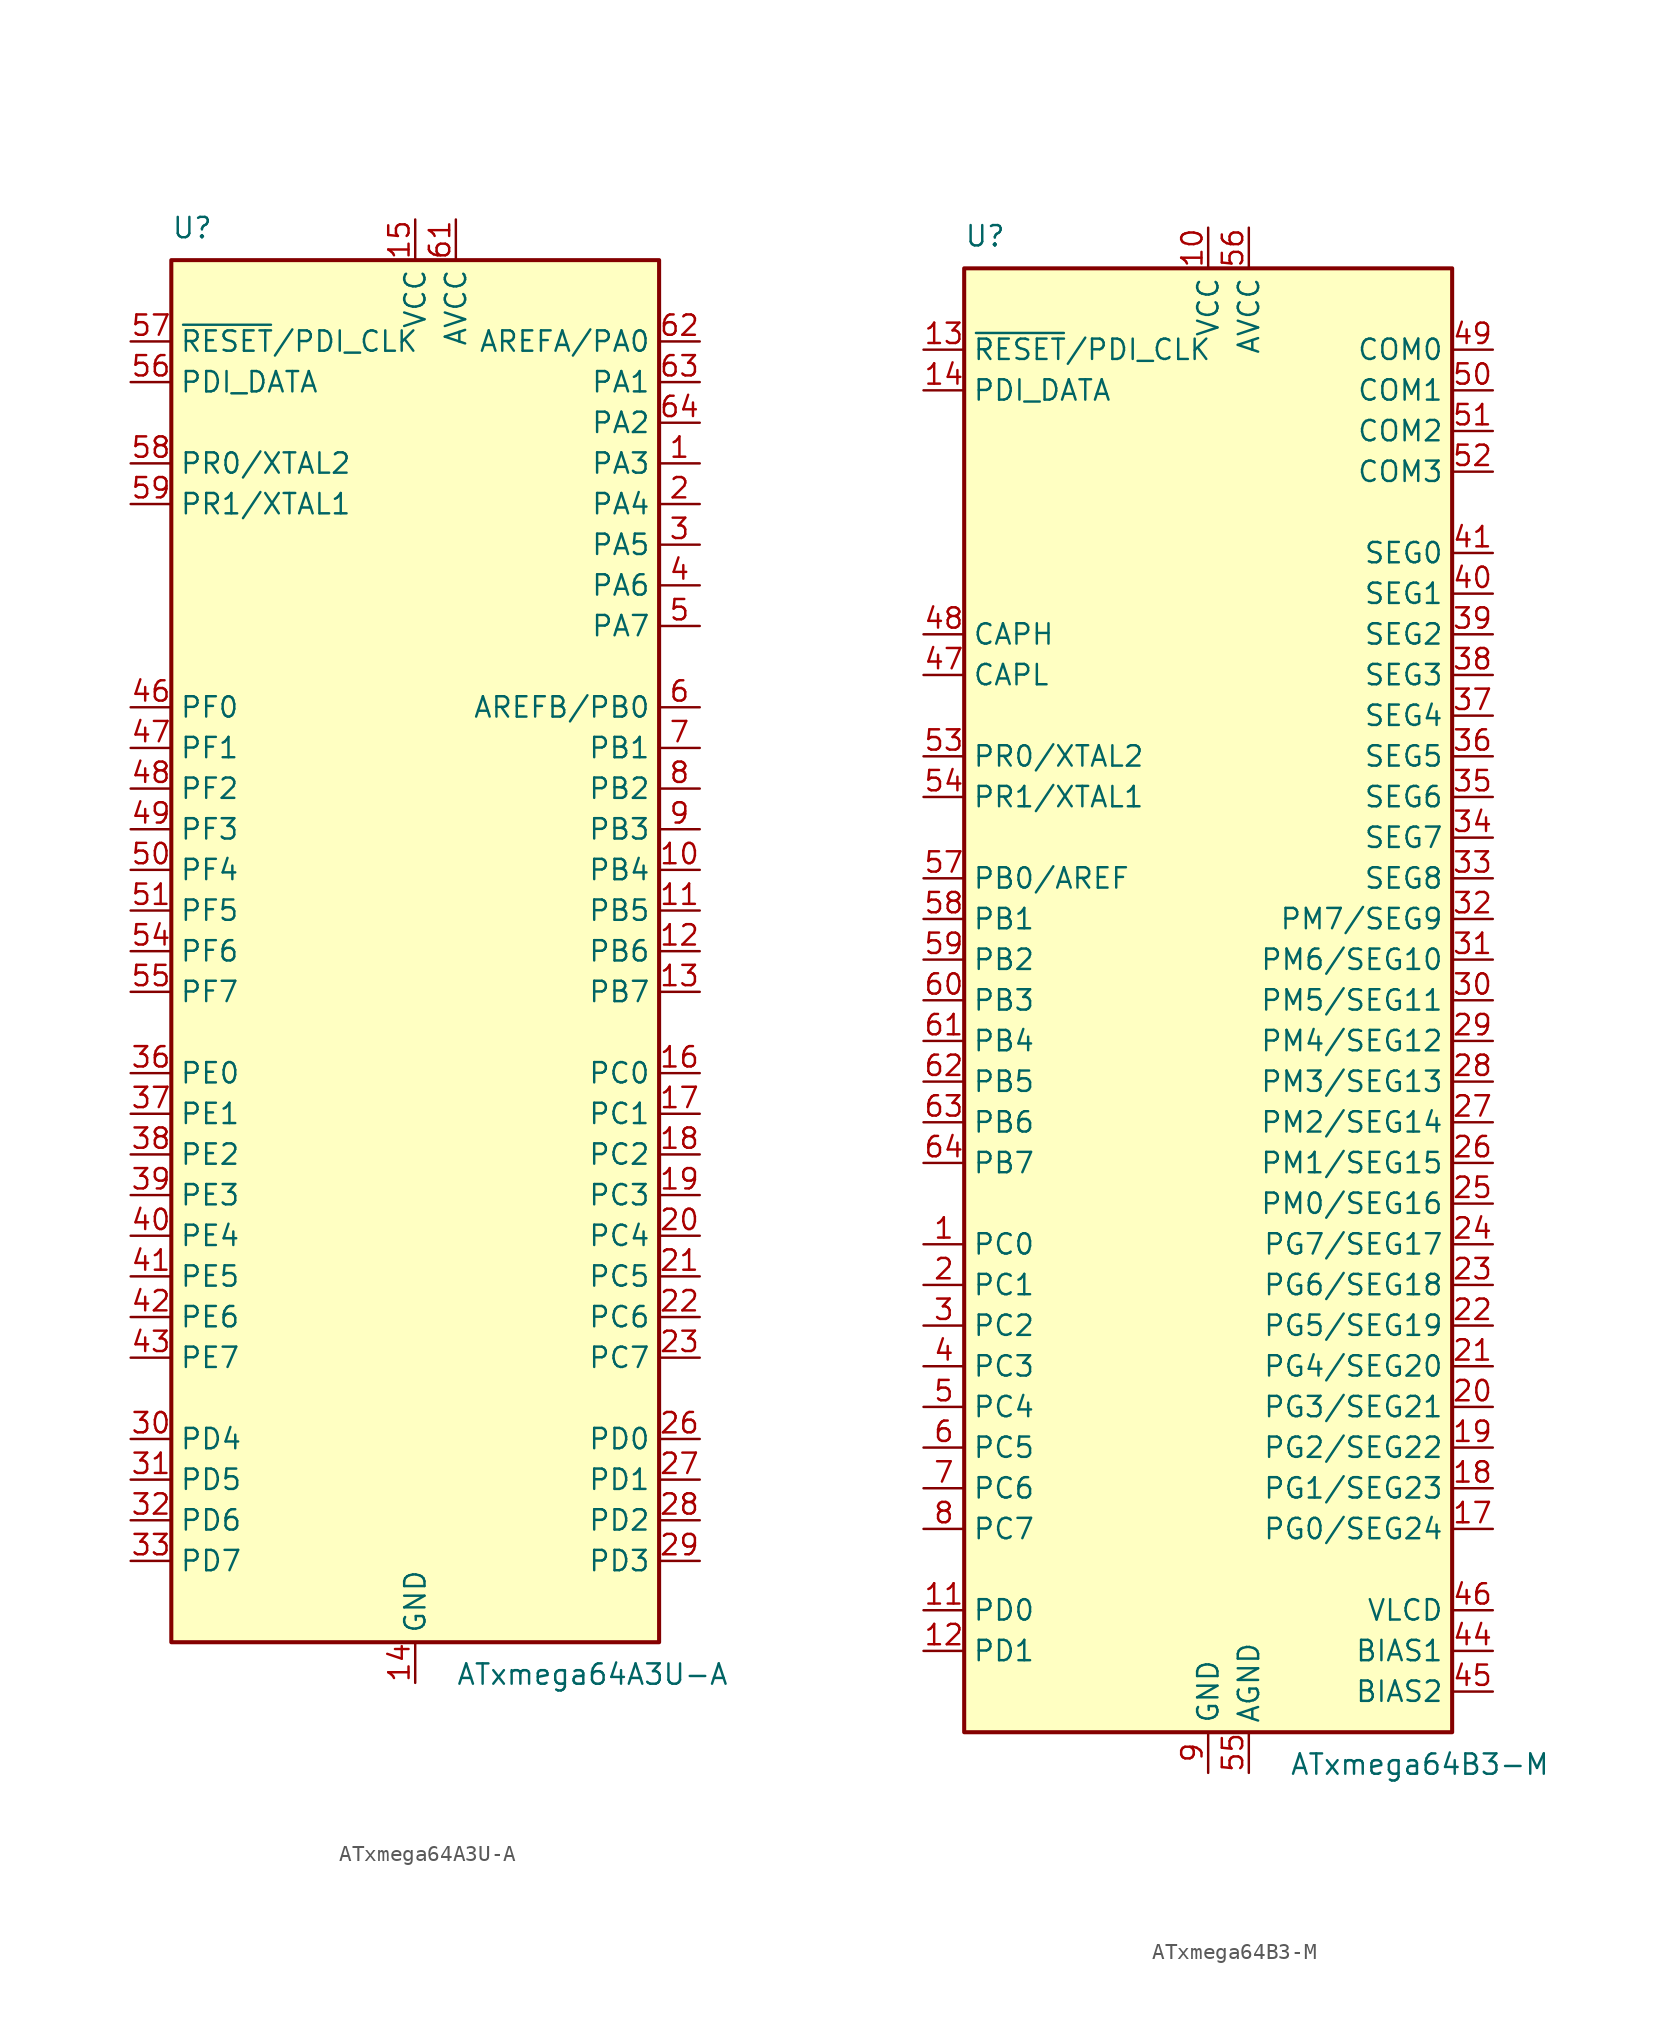
<source format=kicad_sym>
(kicad_symbol_lib
  (version 20241209)
  (generator "kicad_symbol_editor")
  (generator_version "9.0")
  (symbol "ATxmega64A3U-A"
    (property "Reference" "U"
      (at -15.24 44.45 0)
      (effects (font (size 1.27 1.27)) (justify left bottom)))
    (property "Value" "ATxmega64A3U-A"
      (at 2.54 -44.45 0)
      (effects (font (size 1.27 1.27)) (justify left top)))
    (symbol "ATxmega64A3U-A_0_1"
      (rectangle (start -15.24 -43.18) (end 15.24 43.18) (stroke (width 0.254) (type default)) (fill (type background))))
    (symbol "ATxmega64A3U-A_1_1"
      (pin input line (at -17.78 38.1 0) (length 2.54) (name "~{RESET}/PDI_CLK" (effects (font (size 1.27 1.27)))) (number "57" (effects (font (size 1.27 1.27)))))
      (pin bidirectional line (at -17.78 35.56 0) (length 2.54) (name "PDI_DATA" (effects (font (size 1.27 1.27)))) (number "56" (effects (font (size 1.27 1.27)))))
      (pin bidirectional line (at -17.78 30.48 0) (length 2.54) (name "PR0/XTAL2" (effects (font (size 1.27 1.27)))) (number "58" (effects (font (size 1.27 1.27)))))
      (pin bidirectional line (at -17.78 27.94 0) (length 2.54) (name "PR1/XTAL1" (effects (font (size 1.27 1.27)))) (number "59" (effects (font (size 1.27 1.27)))))
      (pin bidirectional line (at -17.78 15.24 0) (length 2.54) (name "PF0" (effects (font (size 1.27 1.27)))) (number "46" (effects (font (size 1.27 1.27)))))
      (pin bidirectional line (at -17.78 12.7 0) (length 2.54) (name "PF1" (effects (font (size 1.27 1.27)))) (number "47" (effects (font (size 1.27 1.27)))))
      (pin bidirectional line (at -17.78 10.16 0) (length 2.54) (name "PF2" (effects (font (size 1.27 1.27)))) (number "48" (effects (font (size 1.27 1.27)))))
      (pin bidirectional line (at -17.78 7.62 0) (length 2.54) (name "PF3" (effects (font (size 1.27 1.27)))) (number "49" (effects (font (size 1.27 1.27)))))
      (pin bidirectional line (at -17.78 5.08 0) (length 2.54) (name "PF4" (effects (font (size 1.27 1.27)))) (number "50" (effects (font (size 1.27 1.27)))))
      (pin bidirectional line (at -17.78 2.54 0) (length 2.54) (name "PF5" (effects (font (size 1.27 1.27)))) (number "51" (effects (font (size 1.27 1.27)))))
      (pin bidirectional line (at -17.78 0 0) (length 2.54) (name "PF6" (effects (font (size 1.27 1.27)))) (number "54" (effects (font (size 1.27 1.27)))))
      (pin bidirectional line (at -17.78 -2.54 0) (length 2.54) (name "PF7" (effects (font (size 1.27 1.27)))) (number "55" (effects (font (size 1.27 1.27)))))
      (pin bidirectional line (at -17.78 -7.62 0) (length 2.54) (name "PE0" (effects (font (size 1.27 1.27)))) (number "36" (effects (font (size 1.27 1.27)))))
      (pin bidirectional line (at -17.78 -10.16 0) (length 2.54) (name "PE1" (effects (font (size 1.27 1.27)))) (number "37" (effects (font (size 1.27 1.27)))))
      (pin bidirectional line (at -17.78 -12.7 0) (length 2.54) (name "PE2" (effects (font (size 1.27 1.27)))) (number "38" (effects (font (size 1.27 1.27)))))
      (pin bidirectional line (at -17.78 -15.24 0) (length 2.54) (name "PE3" (effects (font (size 1.27 1.27)))) (number "39" (effects (font (size 1.27 1.27)))))
      (pin bidirectional line (at -17.78 -17.78 0) (length 2.54) (name "PE4" (effects (font (size 1.27 1.27)))) (number "40" (effects (font (size 1.27 1.27)))))
      (pin bidirectional line (at -17.78 -20.32 0) (length 2.54) (name "PE5" (effects (font (size 1.27 1.27)))) (number "41" (effects (font (size 1.27 1.27)))))
      (pin bidirectional line (at -17.78 -22.86 0) (length 2.54) (name "PE6" (effects (font (size 1.27 1.27)))) (number "42" (effects (font (size 1.27 1.27)))))
      (pin bidirectional line (at -17.78 -25.4 0) (length 2.54) (name "PE7" (effects (font (size 1.27 1.27)))) (number "43" (effects (font (size 1.27 1.27)))))
      (pin bidirectional line (at -17.78 -30.48 0) (length 2.54) (name "PD4" (effects (font (size 1.27 1.27)))) (number "30" (effects (font (size 1.27 1.27)))))
      (pin bidirectional line (at -17.78 -33.02 0) (length 2.54) (name "PD5" (effects (font (size 1.27 1.27)))) (number "31" (effects (font (size 1.27 1.27)))))
      (pin bidirectional line (at -17.78 -35.56 0) (length 2.54) (name "PD6" (effects (font (size 1.27 1.27)))) (number "32" (effects (font (size 1.27 1.27)))))
      (pin bidirectional line (at -17.78 -38.1 0) (length 2.54) (name "PD7" (effects (font (size 1.27 1.27)))) (number "33" (effects (font (size 1.27 1.27)))))
      (pin power_in line (at 0 45.72 270) (length 2.54) (name "VCC" (effects (font (size 1.27 1.27)))) (number "15" (effects (font (size 1.27 1.27)))))
      (pin passive line (at 0 45.72 270) (length 2.54) (hide yes) (name "VCC" (effects (font (size 1.27 1.27)))) (number "25" (effects (font (size 1.27 1.27)))))
      (pin passive line (at 0 45.72 270) (length 2.54) (hide yes) (name "VCC" (effects (font (size 1.27 1.27)))) (number "35" (effects (font (size 1.27 1.27)))))
      (pin passive line (at 0 45.72 270) (length 2.54) (hide yes) (name "VCC" (effects (font (size 1.27 1.27)))) (number "45" (effects (font (size 1.27 1.27)))))
      (pin passive line (at 0 45.72 270) (length 2.54) (hide yes) (name "VCC" (effects (font (size 1.27 1.27)))) (number "53" (effects (font (size 1.27 1.27)))))
      (pin power_in line (at 0 -45.72 90) (length 2.54) (name "GND" (effects (font (size 1.27 1.27)))) (number "14" (effects (font (size 1.27 1.27)))))
      (pin passive line (at 0 -45.72 90) (length 2.54) (hide yes) (name "GND" (effects (font (size 1.27 1.27)))) (number "24" (effects (font (size 1.27 1.27)))))
      (pin passive line (at 0 -45.72 90) (length 2.54) (hide yes) (name "GND" (effects (font (size 1.27 1.27)))) (number "34" (effects (font (size 1.27 1.27)))))
      (pin passive line (at 0 -45.72 90) (length 2.54) (hide yes) (name "GND" (effects (font (size 1.27 1.27)))) (number "44" (effects (font (size 1.27 1.27)))))
      (pin passive line (at 0 -45.72 90) (length 2.54) (hide yes) (name "GND" (effects (font (size 1.27 1.27)))) (number "52" (effects (font (size 1.27 1.27)))))
      (pin passive line (at 0 -45.72 90) (length 2.54) (hide yes) (name "GND" (effects (font (size 1.27 1.27)))) (number "60" (effects (font (size 1.27 1.27)))))
      (pin power_in line (at 2.54 45.72 270) (length 2.54) (name "AVCC" (effects (font (size 1.27 1.27)))) (number "61" (effects (font (size 1.27 1.27)))))
      (pin bidirectional line (at 17.78 38.1 180) (length 2.54) (name "AREFA/PA0" (effects (font (size 1.27 1.27)))) (number "62" (effects (font (size 1.27 1.27)))))
      (pin bidirectional line (at 17.78 35.56 180) (length 2.54) (name "PA1" (effects (font (size 1.27 1.27)))) (number "63" (effects (font (size 1.27 1.27)))))
      (pin bidirectional line (at 17.78 33.02 180) (length 2.54) (name "PA2" (effects (font (size 1.27 1.27)))) (number "64" (effects (font (size 1.27 1.27)))))
      (pin bidirectional line (at 17.78 30.48 180) (length 2.54) (name "PA3" (effects (font (size 1.27 1.27)))) (number "1" (effects (font (size 1.27 1.27)))))
      (pin bidirectional line (at 17.78 27.94 180) (length 2.54) (name "PA4" (effects (font (size 1.27 1.27)))) (number "2" (effects (font (size 1.27 1.27)))))
      (pin bidirectional line (at 17.78 25.4 180) (length 2.54) (name "PA5" (effects (font (size 1.27 1.27)))) (number "3" (effects (font (size 1.27 1.27)))))
      (pin bidirectional line (at 17.78 22.86 180) (length 2.54) (name "PA6" (effects (font (size 1.27 1.27)))) (number "4" (effects (font (size 1.27 1.27)))))
      (pin bidirectional line (at 17.78 20.32 180) (length 2.54) (name "PA7" (effects (font (size 1.27 1.27)))) (number "5" (effects (font (size 1.27 1.27)))))
      (pin bidirectional line (at 17.78 15.24 180) (length 2.54) (name "AREFB/PB0" (effects (font (size 1.27 1.27)))) (number "6" (effects (font (size 1.27 1.27)))))
      (pin bidirectional line (at 17.78 12.7 180) (length 2.54) (name "PB1" (effects (font (size 1.27 1.27)))) (number "7" (effects (font (size 1.27 1.27)))))
      (pin bidirectional line (at 17.78 10.16 180) (length 2.54) (name "PB2" (effects (font (size 1.27 1.27)))) (number "8" (effects (font (size 1.27 1.27)))))
      (pin bidirectional line (at 17.78 7.62 180) (length 2.54) (name "PB3" (effects (font (size 1.27 1.27)))) (number "9" (effects (font (size 1.27 1.27)))))
      (pin bidirectional line (at 17.78 5.08 180) (length 2.54) (name "PB4" (effects (font (size 1.27 1.27)))) (number "10" (effects (font (size 1.27 1.27)))))
      (pin bidirectional line (at 17.78 2.54 180) (length 2.54) (name "PB5" (effects (font (size 1.27 1.27)))) (number "11" (effects (font (size 1.27 1.27)))))
      (pin bidirectional line (at 17.78 0 180) (length 2.54) (name "PB6" (effects (font (size 1.27 1.27)))) (number "12" (effects (font (size 1.27 1.27)))))
      (pin bidirectional line (at 17.78 -2.54 180) (length 2.54) (name "PB7" (effects (font (size 1.27 1.27)))) (number "13" (effects (font (size 1.27 1.27)))))
      (pin bidirectional line (at 17.78 -7.62 180) (length 2.54) (name "PC0" (effects (font (size 1.27 1.27)))) (number "16" (effects (font (size 1.27 1.27)))))
      (pin bidirectional line (at 17.78 -10.16 180) (length 2.54) (name "PC1" (effects (font (size 1.27 1.27)))) (number "17" (effects (font (size 1.27 1.27)))))
      (pin bidirectional line (at 17.78 -12.7 180) (length 2.54) (name "PC2" (effects (font (size 1.27 1.27)))) (number "18" (effects (font (size 1.27 1.27)))))
      (pin bidirectional line (at 17.78 -15.24 180) (length 2.54) (name "PC3" (effects (font (size 1.27 1.27)))) (number "19" (effects (font (size 1.27 1.27)))))
      (pin bidirectional line (at 17.78 -17.78 180) (length 2.54) (name "PC4" (effects (font (size 1.27 1.27)))) (number "20" (effects (font (size 1.27 1.27)))))
      (pin bidirectional line (at 17.78 -20.32 180) (length 2.54) (name "PC5" (effects (font (size 1.27 1.27)))) (number "21" (effects (font (size 1.27 1.27)))))
      (pin bidirectional line (at 17.78 -22.86 180) (length 2.54) (name "PC6" (effects (font (size 1.27 1.27)))) (number "22" (effects (font (size 1.27 1.27)))))
      (pin bidirectional line (at 17.78 -25.4 180) (length 2.54) (name "PC7" (effects (font (size 1.27 1.27)))) (number "23" (effects (font (size 1.27 1.27)))))
      (pin bidirectional line (at 17.78 -30.48 180) (length 2.54) (name "PD0" (effects (font (size 1.27 1.27)))) (number "26" (effects (font (size 1.27 1.27)))))
      (pin bidirectional line (at 17.78 -33.02 180) (length 2.54) (name "PD1" (effects (font (size 1.27 1.27)))) (number "27" (effects (font (size 1.27 1.27)))))
      (pin bidirectional line (at 17.78 -35.56 180) (length 2.54) (name "PD2" (effects (font (size 1.27 1.27)))) (number "28" (effects (font (size 1.27 1.27)))))
      (pin bidirectional line (at 17.78 -38.1 180) (length 2.54) (name "PD3" (effects (font (size 1.27 1.27)))) (number "29" (effects (font (size 1.27 1.27)))))))
  (symbol "ATxmega64B3-M"
    (property "Reference" "U"
      (at -15.24 46.99 0)
      (effects (font (size 1.27 1.27)) (justify left bottom)))
    (property "Value" "ATxmega64B3-M"
      (at 5.08 -46.99 0)
      (effects (font (size 1.27 1.27)) (justify left top)))
    (symbol "ATxmega64B3-M_0_1"
      (rectangle (start -15.24 -45.72) (end 15.24 45.72) (stroke (width 0.254) (type default)) (fill (type background))))
    (symbol "ATxmega64B3-M_1_1"
      (pin input line (at -17.78 40.64 0) (length 2.54) (name "~{RESET}/PDI_CLK" (effects (font (size 1.27 1.27)))) (number "13" (effects (font (size 1.27 1.27)))))
      (pin bidirectional line (at -17.78 38.1 0) (length 2.54) (name "PDI_DATA" (effects (font (size 1.27 1.27)))) (number "14" (effects (font (size 1.27 1.27)))))
      (pin passive line (at -17.78 22.86 0) (length 2.54) (name "CAPH" (effects (font (size 1.27 1.27)))) (number "48" (effects (font (size 1.27 1.27)))))
      (pin passive line (at -17.78 20.32 0) (length 2.54) (name "CAPL" (effects (font (size 1.27 1.27)))) (number "47" (effects (font (size 1.27 1.27)))))
      (pin bidirectional line (at -17.78 15.24 0) (length 2.54) (name "PR0/XTAL2" (effects (font (size 1.27 1.27)))) (number "53" (effects (font (size 1.27 1.27)))))
      (pin bidirectional line (at -17.78 12.7 0) (length 2.54) (name "PR1/XTAL1" (effects (font (size 1.27 1.27)))) (number "54" (effects (font (size 1.27 1.27)))))
      (pin bidirectional line (at -17.78 7.62 0) (length 2.54) (name "PB0/AREF" (effects (font (size 1.27 1.27)))) (number "57" (effects (font (size 1.27 1.27)))))
      (pin bidirectional line (at -17.78 5.08 0) (length 2.54) (name "PB1" (effects (font (size 1.27 1.27)))) (number "58" (effects (font (size 1.27 1.27)))))
      (pin bidirectional line (at -17.78 2.54 0) (length 2.54) (name "PB2" (effects (font (size 1.27 1.27)))) (number "59" (effects (font (size 1.27 1.27)))))
      (pin bidirectional line (at -17.78 0 0) (length 2.54) (name "PB3" (effects (font (size 1.27 1.27)))) (number "60" (effects (font (size 1.27 1.27)))))
      (pin bidirectional line (at -17.78 -2.54 0) (length 2.54) (name "PB4" (effects (font (size 1.27 1.27)))) (number "61" (effects (font (size 1.27 1.27)))))
      (pin bidirectional line (at -17.78 -5.08 0) (length 2.54) (name "PB5" (effects (font (size 1.27 1.27)))) (number "62" (effects (font (size 1.27 1.27)))))
      (pin bidirectional line (at -17.78 -7.62 0) (length 2.54) (name "PB6" (effects (font (size 1.27 1.27)))) (number "63" (effects (font (size 1.27 1.27)))))
      (pin bidirectional line (at -17.78 -10.16 0) (length 2.54) (name "PB7" (effects (font (size 1.27 1.27)))) (number "64" (effects (font (size 1.27 1.27)))))
      (pin bidirectional line (at -17.78 -15.24 0) (length 2.54) (name "PC0" (effects (font (size 1.27 1.27)))) (number "1" (effects (font (size 1.27 1.27)))))
      (pin bidirectional line (at -17.78 -17.78 0) (length 2.54) (name "PC1" (effects (font (size 1.27 1.27)))) (number "2" (effects (font (size 1.27 1.27)))))
      (pin bidirectional line (at -17.78 -20.32 0) (length 2.54) (name "PC2" (effects (font (size 1.27 1.27)))) (number "3" (effects (font (size 1.27 1.27)))))
      (pin bidirectional line (at -17.78 -22.86 0) (length 2.54) (name "PC3" (effects (font (size 1.27 1.27)))) (number "4" (effects (font (size 1.27 1.27)))))
      (pin bidirectional line (at -17.78 -25.4 0) (length 2.54) (name "PC4" (effects (font (size 1.27 1.27)))) (number "5" (effects (font (size 1.27 1.27)))))
      (pin bidirectional line (at -17.78 -27.94 0) (length 2.54) (name "PC5" (effects (font (size 1.27 1.27)))) (number "6" (effects (font (size 1.27 1.27)))))
      (pin bidirectional line (at -17.78 -30.48 0) (length 2.54) (name "PC6" (effects (font (size 1.27 1.27)))) (number "7" (effects (font (size 1.27 1.27)))))
      (pin bidirectional line (at -17.78 -33.02 0) (length 2.54) (name "PC7" (effects (font (size 1.27 1.27)))) (number "8" (effects (font (size 1.27 1.27)))))
      (pin bidirectional line (at -17.78 -38.1 0) (length 2.54) (name "PD0" (effects (font (size 1.27 1.27)))) (number "11" (effects (font (size 1.27 1.27)))))
      (pin bidirectional line (at -17.78 -40.64 0) (length 2.54) (name "PD1" (effects (font (size 1.27 1.27)))) (number "12" (effects (font (size 1.27 1.27)))))
      (pin power_in line (at 0 48.26 270) (length 2.54) (name "VCC" (effects (font (size 1.27 1.27)))) (number "10" (effects (font (size 1.27 1.27)))))
      (pin passive line (at 0 48.26 270) (length 2.54) (hide yes) (name "VCC" (effects (font (size 1.27 1.27)))) (number "16" (effects (font (size 1.27 1.27)))))
      (pin passive line (at 0 48.26 270) (length 2.54) (hide yes) (name "VCC" (effects (font (size 1.27 1.27)))) (number "43" (effects (font (size 1.27 1.27)))))
      (pin passive line (at 0 -48.26 90) (length 2.54) (hide yes) (name "GND" (effects (font (size 1.27 1.27)))) (number "15" (effects (font (size 1.27 1.27)))))
      (pin passive line (at 0 -48.26 90) (length 2.54) (hide yes) (name "GND" (effects (font (size 1.27 1.27)))) (number "42" (effects (font (size 1.27 1.27)))))
      (pin passive line (at 0 -48.26 90) (length 2.54) (hide yes) (name "GND" (effects (font (size 1.27 1.27)))) (number "65" (effects (font (size 1.27 1.27)))))
      (pin power_in line (at 0 -48.26 90) (length 2.54) (name "GND" (effects (font (size 1.27 1.27)))) (number "9" (effects (font (size 1.27 1.27)))))
      (pin power_in line (at 2.54 48.26 270) (length 2.54) (name "AVCC" (effects (font (size 1.27 1.27)))) (number "56" (effects (font (size 1.27 1.27)))))
      (pin power_in line (at 2.54 -48.26 90) (length 2.54) (name "AGND" (effects (font (size 1.27 1.27)))) (number "55" (effects (font (size 1.27 1.27)))))
      (pin output line (at 17.78 40.64 180) (length 2.54) (name "COM0" (effects (font (size 1.27 1.27)))) (number "49" (effects (font (size 1.27 1.27)))))
      (pin output line (at 17.78 38.1 180) (length 2.54) (name "COM1" (effects (font (size 1.27 1.27)))) (number "50" (effects (font (size 1.27 1.27)))))
      (pin output line (at 17.78 35.56 180) (length 2.54) (name "COM2" (effects (font (size 1.27 1.27)))) (number "51" (effects (font (size 1.27 1.27)))))
      (pin output line (at 17.78 33.02 180) (length 2.54) (name "COM3" (effects (font (size 1.27 1.27)))) (number "52" (effects (font (size 1.27 1.27)))))
      (pin output line (at 17.78 27.94 180) (length 2.54) (name "SEG0" (effects (font (size 1.27 1.27)))) (number "41" (effects (font (size 1.27 1.27)))))
      (pin output line (at 17.78 25.4 180) (length 2.54) (name "SEG1" (effects (font (size 1.27 1.27)))) (number "40" (effects (font (size 1.27 1.27)))))
      (pin output line (at 17.78 22.86 180) (length 2.54) (name "SEG2" (effects (font (size 1.27 1.27)))) (number "39" (effects (font (size 1.27 1.27)))))
      (pin output line (at 17.78 20.32 180) (length 2.54) (name "SEG3" (effects (font (size 1.27 1.27)))) (number "38" (effects (font (size 1.27 1.27)))))
      (pin output line (at 17.78 17.78 180) (length 2.54) (name "SEG4" (effects (font (size 1.27 1.27)))) (number "37" (effects (font (size 1.27 1.27)))))
      (pin output line (at 17.78 15.24 180) (length 2.54) (name "SEG5" (effects (font (size 1.27 1.27)))) (number "36" (effects (font (size 1.27 1.27)))))
      (pin output line (at 17.78 12.7 180) (length 2.54) (name "SEG6" (effects (font (size 1.27 1.27)))) (number "35" (effects (font (size 1.27 1.27)))))
      (pin output line (at 17.78 10.16 180) (length 2.54) (name "SEG7" (effects (font (size 1.27 1.27)))) (number "34" (effects (font (size 1.27 1.27)))))
      (pin output line (at 17.78 7.62 180) (length 2.54) (name "SEG8" (effects (font (size 1.27 1.27)))) (number "33" (effects (font (size 1.27 1.27)))))
      (pin bidirectional line (at 17.78 5.08 180) (length 2.54) (name "PM7/SEG9" (effects (font (size 1.27 1.27)))) (number "32" (effects (font (size 1.27 1.27)))))
      (pin bidirectional line (at 17.78 2.54 180) (length 2.54) (name "PM6/SEG10" (effects (font (size 1.27 1.27)))) (number "31" (effects (font (size 1.27 1.27)))))
      (pin bidirectional line (at 17.78 0 180) (length 2.54) (name "PM5/SEG11" (effects (font (size 1.27 1.27)))) (number "30" (effects (font (size 1.27 1.27)))))
      (pin bidirectional line (at 17.78 -2.54 180) (length 2.54) (name "PM4/SEG12" (effects (font (size 1.27 1.27)))) (number "29" (effects (font (size 1.27 1.27)))))
      (pin bidirectional line (at 17.78 -5.08 180) (length 2.54) (name "PM3/SEG13" (effects (font (size 1.27 1.27)))) (number "28" (effects (font (size 1.27 1.27)))))
      (pin bidirectional line (at 17.78 -7.62 180) (length 2.54) (name "PM2/SEG14" (effects (font (size 1.27 1.27)))) (number "27" (effects (font (size 1.27 1.27)))))
      (pin bidirectional line (at 17.78 -10.16 180) (length 2.54) (name "PM1/SEG15" (effects (font (size 1.27 1.27)))) (number "26" (effects (font (size 1.27 1.27)))))
      (pin bidirectional line (at 17.78 -12.7 180) (length 2.54) (name "PM0/SEG16" (effects (font (size 1.27 1.27)))) (number "25" (effects (font (size 1.27 1.27)))))
      (pin bidirectional line (at 17.78 -15.24 180) (length 2.54) (name "PG7/SEG17" (effects (font (size 1.27 1.27)))) (number "24" (effects (font (size 1.27 1.27)))))
      (pin bidirectional line (at 17.78 -17.78 180) (length 2.54) (name "PG6/SEG18" (effects (font (size 1.27 1.27)))) (number "23" (effects (font (size 1.27 1.27)))))
      (pin bidirectional line (at 17.78 -20.32 180) (length 2.54) (name "PG5/SEG19" (effects (font (size 1.27 1.27)))) (number "22" (effects (font (size 1.27 1.27)))))
      (pin bidirectional line (at 17.78 -22.86 180) (length 2.54) (name "PG4/SEG20" (effects (font (size 1.27 1.27)))) (number "21" (effects (font (size 1.27 1.27)))))
      (pin bidirectional line (at 17.78 -25.4 180) (length 2.54) (name "PG3/SEG21" (effects (font (size 1.27 1.27)))) (number "20" (effects (font (size 1.27 1.27)))))
      (pin bidirectional line (at 17.78 -27.94 180) (length 2.54) (name "PG2/SEG22" (effects (font (size 1.27 1.27)))) (number "19" (effects (font (size 1.27 1.27)))))
      (pin bidirectional line (at 17.78 -30.48 180) (length 2.54) (name "PG1/SEG23" (effects (font (size 1.27 1.27)))) (number "18" (effects (font (size 1.27 1.27)))))
      (pin bidirectional line (at 17.78 -33.02 180) (length 2.54) (name "PG0/SEG24" (effects (font (size 1.27 1.27)))) (number "17" (effects (font (size 1.27 1.27)))))
      (pin power_out line (at 17.78 -38.1 180) (length 2.54) (name "VLCD" (effects (font (size 1.27 1.27)))) (number "46" (effects (font (size 1.27 1.27)))))
      (pin power_out line (at 17.78 -40.64 180) (length 2.54) (name "BIAS1" (effects (font (size 1.27 1.27)))) (number "44" (effects (font (size 1.27 1.27)))))
      (pin power_out line (at 17.78 -43.18 180) (length 2.54) (name "BIAS2" (effects (font (size 1.27 1.27)))) (number "45" (effects (font (size 1.27 1.27))))))))
</source>
